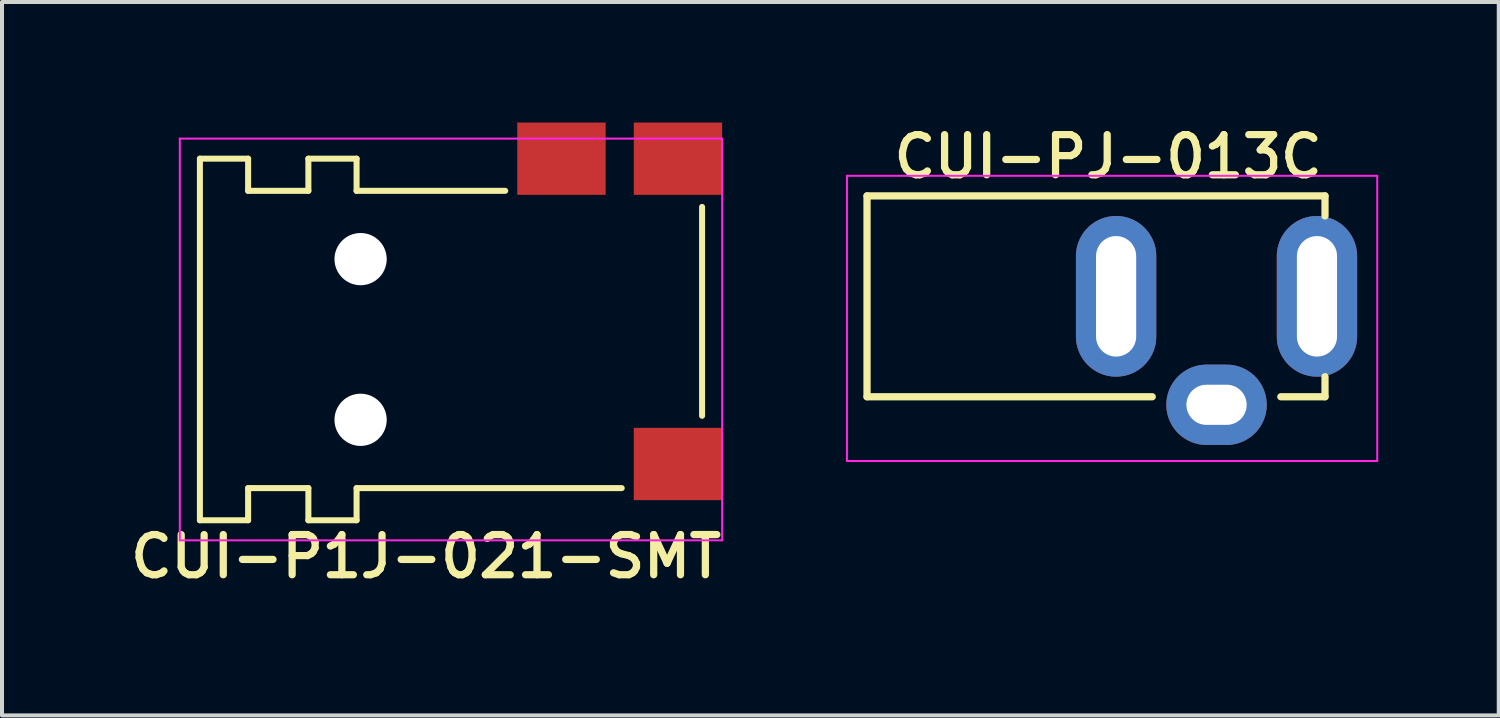
<source format=kicad_pcb>
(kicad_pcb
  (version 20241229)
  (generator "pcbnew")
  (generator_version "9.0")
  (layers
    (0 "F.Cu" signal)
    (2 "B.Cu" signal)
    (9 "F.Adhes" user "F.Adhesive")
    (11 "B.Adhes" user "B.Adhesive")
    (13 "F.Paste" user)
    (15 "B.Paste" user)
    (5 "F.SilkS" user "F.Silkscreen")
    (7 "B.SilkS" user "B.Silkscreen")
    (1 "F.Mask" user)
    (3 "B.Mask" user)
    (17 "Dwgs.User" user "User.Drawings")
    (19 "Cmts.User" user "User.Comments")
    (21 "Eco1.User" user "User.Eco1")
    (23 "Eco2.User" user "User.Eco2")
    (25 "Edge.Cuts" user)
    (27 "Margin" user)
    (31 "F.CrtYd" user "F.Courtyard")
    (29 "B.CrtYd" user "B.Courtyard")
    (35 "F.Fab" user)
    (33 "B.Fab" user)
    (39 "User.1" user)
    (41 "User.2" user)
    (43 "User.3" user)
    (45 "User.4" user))
  (footprint "CUI-PJ-013C"
    (layer "F.Cu")
    (at 18.532 4.326)
    (property "Reference" "CUI-PJ-013C" (at 11.43 -4.064 0) (layer "F.SilkS") (effects (font (size 1 1) (thickness 0.18)) (justify right top)))
    (attr through_hole)
    (fp_line (start 0 -2.5) (end 11.4 -2.5) (stroke (width 0.18) (type solid)) (layer "F.SilkS"))
    (fp_line (start 0 2.5) (end 0 -2.5) (stroke (width 0.18) (type solid)) (layer "F.SilkS"))
    (fp_line (start 7.1 2.5) (end 0 2.5) (stroke (width 0.18) (type solid)) (layer "F.SilkS"))
    (fp_line (start 11.4 -2.5) (end 11.4 -2) (stroke (width 0.18) (type solid)) (layer "F.SilkS"))
    (fp_line (start 11.4 2.5) (end 10.3 2.5) (stroke (width 0.18) (type solid)) (layer "F.SilkS"))
    (fp_line (start 11.4 2.5) (end 11.4 2) (stroke (width 0.18) (type solid)) (layer "F.SilkS"))
    (fp_line (start -0.5 -3) (end 12.7 -3) (stroke (width 0.05) (type solid)) (layer "F.CrtYd"))
    (fp_line (start -0.5 4.1) (end -0.5 -3) (stroke (width 0.05) (type solid)) (layer "F.CrtYd"))
    (fp_line (start 12.7 -3) (end 12.7 4.1) (stroke (width 0.05) (type solid)) (layer "F.CrtYd"))
    (fp_line (start 12.7 4.1) (end -0.5 4.1) (stroke (width 0.05) (type solid)) (layer "F.CrtYd"))
    (pad "1" thru_hole oval (at 11.2 0 90) (size 4 2) (drill oval 3 1) (layers "*.Cu" "*.Mask"))
    (pad "2" thru_hole oval (at 6.2 0 90) (size 4 2) (drill oval 3 1) (layers "*.Cu" "*.Mask"))
    (pad "3" thru_hole oval (at 8.7 2.7) (size 2.5 2) (drill oval 1.5 1) (layers "*.Cu" "*.Mask")))
  (footprint "CUI-P1J-021-SMT"
    (layer "F.Cu")
    (at 1.926 5.9)
    (property "Reference" "CUI-P1J-021-SMT" (at 13.081 4.318 180) (layer "F.SilkS") (effects (font (size 1 1) (thickness 0.18)) (justify right top)))
    (attr through_hole)
    (fp_line (start 0 -5) (end 1.2 -5) (stroke (width 0.15) (type solid)) (layer "F.SilkS"))
    (fp_line (start 0 4) (end 0 -5) (stroke (width 0.15) (type solid)) (layer "F.SilkS"))
    (fp_line (start 0 4) (end 1.2 4) (stroke (width 0.15) (type solid)) (layer "F.SilkS"))
    (fp_line (start 1.2 -5) (end 1.2 -4.2) (stroke (width 0.15) (type solid)) (layer "F.SilkS"))
    (fp_line (start 1.2 -4.2) (end 2.7 -4.2) (stroke (width 0.15) (type solid)) (layer "F.SilkS"))
    (fp_line (start 1.2 3.2) (end 2.7 3.2) (stroke (width 0.15) (type solid)) (layer "F.SilkS"))
    (fp_line (start 1.2 4) (end 1.2 3.2) (stroke (width 0.15) (type solid)) (layer "F.SilkS"))
    (fp_line (start 2.7 -5) (end 3.9 -5) (stroke (width 0.15) (type solid)) (layer "F.SilkS"))
    (fp_line (start 2.7 -4.2) (end 2.7 -5) (stroke (width 0.15) (type solid)) (layer "F.SilkS"))
    (fp_line (start 2.7 3.2) (end 2.7 4) (stroke (width 0.15) (type solid)) (layer "F.SilkS"))
    (fp_line (start 2.7 4) (end 3.9 4) (stroke (width 0.15) (type solid)) (layer "F.SilkS"))
    (fp_line (start 3.9 -5) (end 3.9 -4.2) (stroke (width 0.15) (type solid)) (layer "F.SilkS"))
    (fp_line (start 3.9 -4.2) (end 7.6 -4.2) (stroke (width 0.15) (type solid)) (layer "F.SilkS"))
    (fp_line (start 3.9 3.2) (end 10.5 3.2) (stroke (width 0.15) (type solid)) (layer "F.SilkS"))
    (fp_line (start 3.9 4) (end 3.9 3.2) (stroke (width 0.15) (type solid)) (layer "F.SilkS"))
    (fp_line (start 12.5 1.4) (end 12.5 -3.8) (stroke (width 0.15) (type solid)) (layer "F.SilkS"))
    (fp_line (start -0.5 -5.5) (end 13 -5.5) (stroke (width 0.05) (type solid)) (layer "F.CrtYd"))
    (fp_line (start -0.5 4.5) (end -0.5 -5.5) (stroke (width 0.05) (type solid)) (layer "F.CrtYd"))
    (fp_line (start 13 -5.5) (end 13 4.5) (stroke (width 0.05) (type solid)) (layer "F.CrtYd"))
    (fp_line (start 13 4.5) (end -0.5 4.5) (stroke (width 0.05) (type solid)) (layer "F.CrtYd"))
    (pad "" np_thru_hole circle (at 4 -2.5) (size 1.3 1.3) (drill 1.3) (layers "*.Cu"))
    (pad "" np_thru_hole circle (at 4 1.5) (size 1.3 1.3) (drill 1.3) (layers "*.Cu"))
    (pad "1" smd rect (at 11.9 2.6) (size 2.2 1.8) (layers "F.Cu" "F.Mask" "F.Paste"))
    (pad "2" smd rect (at 9 -5) (size 2.2 1.8) (layers "F.Cu" "F.Mask" "F.Paste"))
    (pad "3" smd rect (at 11.9 -5) (size 2.2 1.8) (layers "F.Cu" "F.Mask" "F.Paste")))
  (gr_rect
    (start -3 -3)
    (end 34.257 14.758)
    (stroke (width 0.1) (type default))
    (fill no)
    (layer "Edge.Cuts")))
</source>
